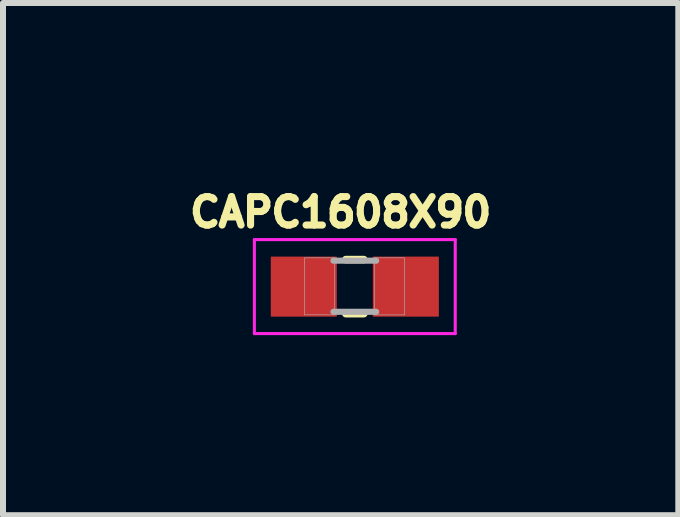
<source format=kicad_pcb>
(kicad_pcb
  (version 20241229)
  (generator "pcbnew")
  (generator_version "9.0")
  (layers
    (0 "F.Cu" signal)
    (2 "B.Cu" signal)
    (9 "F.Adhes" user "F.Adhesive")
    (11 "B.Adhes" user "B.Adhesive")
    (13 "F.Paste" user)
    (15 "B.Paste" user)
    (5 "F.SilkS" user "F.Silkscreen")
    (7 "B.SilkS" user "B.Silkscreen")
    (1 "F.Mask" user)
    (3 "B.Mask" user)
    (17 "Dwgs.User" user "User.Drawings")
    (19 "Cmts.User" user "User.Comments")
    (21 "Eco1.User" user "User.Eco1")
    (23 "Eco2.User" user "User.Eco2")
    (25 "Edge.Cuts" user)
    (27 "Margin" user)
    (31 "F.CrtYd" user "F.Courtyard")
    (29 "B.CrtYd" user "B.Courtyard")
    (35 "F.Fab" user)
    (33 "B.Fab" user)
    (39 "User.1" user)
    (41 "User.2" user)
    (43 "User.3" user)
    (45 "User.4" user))
  (footprint "CAPC1608X90"
    (layer "F.Cu")
    (at 2.861 1.725)
    (property "Reference" "CAPC1608X90" (at -0.236 -1.239 0) (layer "F.SilkS") (effects (font (size 0.474 0.474) (thickness 0.15))))
    (attr smd)
    (fp_line (start -0.15 -0.45) (end 0.15 -0.45) (stroke (width 0.127) (type solid)) (layer "F.SilkS"))
    (fp_line (start -0.15 0.45) (end 0.15 0.45) (stroke (width 0.127) (type solid)) (layer "F.SilkS"))
    (fp_line (start -1.673 -0.783) (end 1.673 -0.783) (stroke (width 0.051) (type solid)) (layer "F.CrtYd"))
    (fp_line (start -1.673 0.783) (end -1.673 -0.783) (stroke (width 0.051) (type solid)) (layer "F.CrtYd"))
    (fp_line (start 1.673 -0.783) (end 1.673 0.783) (stroke (width 0.051) (type solid)) (layer "F.CrtYd"))
    (fp_line (start 1.673 0.783) (end -1.673 0.783) (stroke (width 0.051) (type solid)) (layer "F.CrtYd"))
    (fp_line (start -0.356 -0.432) (end 0.356 -0.432) (stroke (width 0.102) (type solid)) (layer "F.Fab"))
    (fp_line (start -0.356 0.419) (end 0.356 0.419) (stroke (width 0.102) (type solid)) (layer "F.Fab"))
    (fp_poly (pts (xy -0.839 -0.48) (xy -0.338 -0.48) (xy -0.338 0.47) (xy -0.839 0.47)) (stroke (width 0.01) (type solid)) (fill no) (layer "F.Fab"))
    (fp_poly (pts (xy 0.331 -0.48) (xy 0.83 -0.48) (xy 0.83 0.471) (xy 0.331 0.471)) (stroke (width 0.01) (type solid)) (fill no) (layer "F.Fab"))
    (pad "1" smd rect (at -0.85 0) (size 1.1 1) (layers "F.Cu" "F.Mask" "F.Paste"))
    (pad "2" smd rect (at 0.85 0) (size 1.1 1) (layers "F.Cu" "F.Mask" "F.Paste")))
  (gr_rect
    (start -3 -3)
    (end 8.25 5.533)
    (stroke (width 0.1) (type default))
    (fill no)
    (layer "Edge.Cuts")))
</source>
